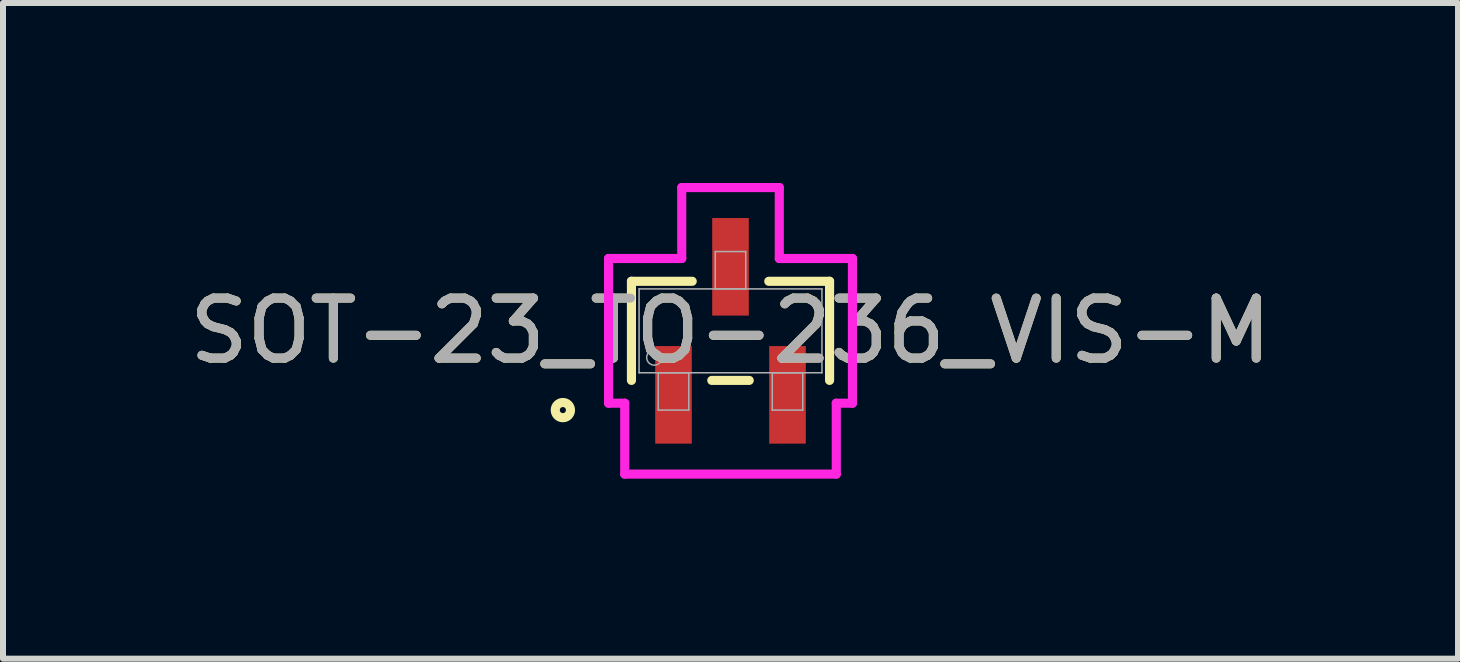
<source format=kicad_pcb>
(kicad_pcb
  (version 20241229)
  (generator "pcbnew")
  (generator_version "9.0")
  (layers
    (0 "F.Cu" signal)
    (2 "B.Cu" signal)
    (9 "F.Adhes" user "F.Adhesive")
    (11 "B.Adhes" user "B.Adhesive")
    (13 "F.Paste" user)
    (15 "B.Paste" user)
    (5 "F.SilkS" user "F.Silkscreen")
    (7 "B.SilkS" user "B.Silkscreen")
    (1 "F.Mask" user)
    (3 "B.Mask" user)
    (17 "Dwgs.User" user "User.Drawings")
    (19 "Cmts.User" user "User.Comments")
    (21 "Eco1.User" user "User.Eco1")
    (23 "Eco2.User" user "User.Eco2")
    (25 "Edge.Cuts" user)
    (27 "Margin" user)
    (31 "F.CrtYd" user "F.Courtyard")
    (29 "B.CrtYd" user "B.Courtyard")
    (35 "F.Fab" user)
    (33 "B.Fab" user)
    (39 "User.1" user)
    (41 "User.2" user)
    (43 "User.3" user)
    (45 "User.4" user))
  (footprint "SOT-23_TO-236_VIS-M"
    (layer "F.Cu")
    (at 9.125 2.464)
    (property "Reference" "SOT-23_TO-236_VIS-M" (at 0 0 0) (unlocked yes) (layer "F.SilkS") (effects (font (size 1 1) (thickness 0.15))))
    (attr smd)
    (fp_line (start -1.651 -0.826) (end -1.651 0.826) (stroke (width 0.152) (type solid)) (layer "F.SilkS"))
    (fp_line (start -0.638 -0.826) (end -1.651 -0.826) (stroke (width 0.152) (type solid)) (layer "F.SilkS"))
    (fp_line (start -0.312 0.826) (end 0.312 0.826) (stroke (width 0.152) (type solid)) (layer "F.SilkS"))
    (fp_line (start 1.651 -0.826) (end 0.638 -0.826) (stroke (width 0.152) (type solid)) (layer "F.SilkS"))
    (fp_line (start 1.651 0.826) (end 1.651 -0.826) (stroke (width 0.152) (type solid)) (layer "F.SilkS"))
    (fp_circle (center -2.794 1.321) (end -2.667 1.321) (stroke (width 0.152) (type solid)) (fill no) (layer "F.SilkS"))
    (fp_line (start -2.032 -1.206) (end -0.813 -1.206) (stroke (width 0.152) (type solid)) (layer "F.CrtYd"))
    (fp_line (start -2.032 1.206) (end -2.032 -1.206) (stroke (width 0.152) (type solid)) (layer "F.CrtYd"))
    (fp_line (start -2.032 1.206) (end -1.763 1.206) (stroke (width 0.152) (type solid)) (layer "F.CrtYd"))
    (fp_line (start -1.763 1.206) (end -1.763 2.388) (stroke (width 0.152) (type solid)) (layer "F.CrtYd"))
    (fp_line (start -1.763 2.388) (end 1.763 2.388) (stroke (width 0.152) (type solid)) (layer "F.CrtYd"))
    (fp_line (start -0.813 -2.388) (end 0.813 -2.388) (stroke (width 0.152) (type solid)) (layer "F.CrtYd"))
    (fp_line (start -0.813 -1.206) (end -0.813 -2.388) (stroke (width 0.152) (type solid)) (layer "F.CrtYd"))
    (fp_line (start 0.813 -1.206) (end 0.813 -2.388) (stroke (width 0.152) (type solid)) (layer "F.CrtYd"))
    (fp_line (start 1.763 1.206) (end 1.763 2.388) (stroke (width 0.152) (type solid)) (layer "F.CrtYd"))
    (fp_line (start 2.032 -1.206) (end 0.813 -1.206) (stroke (width 0.152) (type solid)) (layer "F.CrtYd"))
    (fp_line (start 2.032 -1.206) (end 2.032 1.206) (stroke (width 0.152) (type solid)) (layer "F.CrtYd"))
    (fp_line (start 2.032 1.206) (end 1.763 1.206) (stroke (width 0.152) (type solid)) (layer "F.CrtYd"))
    (fp_line (start -1.524 -0.699) (end -1.524 0.699) (stroke (width 0.025) (type solid)) (layer "F.Fab"))
    (fp_line (start -1.524 0.699) (end 1.524 0.699) (stroke (width 0.025) (type solid)) (layer "F.Fab"))
    (fp_line (start -1.204 0.699) (end -1.204 1.321) (stroke (width 0.025) (type solid)) (layer "F.Fab"))
    (fp_line (start -1.204 1.321) (end -0.696 1.321) (stroke (width 0.025) (type solid)) (layer "F.Fab"))
    (fp_line (start -0.696 0.699) (end -1.204 0.699) (stroke (width 0.025) (type solid)) (layer "F.Fab"))
    (fp_line (start -0.696 1.321) (end -0.696 0.699) (stroke (width 0.025) (type solid)) (layer "F.Fab"))
    (fp_line (start -0.254 -1.321) (end -0.254 -0.699) (stroke (width 0.025) (type solid)) (layer "F.Fab"))
    (fp_line (start -0.254 -0.699) (end 0.254 -0.699) (stroke (width 0.025) (type solid)) (layer "F.Fab"))
    (fp_line (start 0.254 -1.321) (end -0.254 -1.321) (stroke (width 0.025) (type solid)) (layer "F.Fab"))
    (fp_line (start 0.254 -0.699) (end 0.254 -1.321) (stroke (width 0.025) (type solid)) (layer "F.Fab"))
    (fp_line (start 0.696 0.699) (end 0.696 1.321) (stroke (width 0.025) (type solid)) (layer "F.Fab"))
    (fp_line (start 0.696 1.321) (end 1.204 1.321) (stroke (width 0.025) (type solid)) (layer "F.Fab"))
    (fp_line (start 1.204 0.699) (end 0.696 0.699) (stroke (width 0.025) (type solid)) (layer "F.Fab"))
    (fp_line (start 1.204 1.321) (end 1.204 0.699) (stroke (width 0.025) (type solid)) (layer "F.Fab"))
    (fp_line (start 1.524 -0.699) (end -1.524 -0.699) (stroke (width 0.025) (type solid)) (layer "F.Fab"))
    (fp_line (start 1.524 0.699) (end 1.524 -0.699) (stroke (width 0.025) (type solid)) (layer "F.Fab"))
    (fp_circle (center -1.27 0.445) (end -1.143 0.445) (stroke (width 0.025) (type solid)) (fill no) (layer "F.Fab"))
    (fp_text user "${REFERENCE}" (at 0 0 0) (unlocked yes) (layer "F.Fab") (effects (font (size 1 1) (thickness 0.15))))
    (pad "1" smd rect (at -0.95 1.067) (size 0.61 1.626) (layers "F.Cu" "F.Mask" "F.Paste"))
    (pad "2" smd rect (at 0.95 1.067) (size 0.61 1.626) (layers "F.Cu" "F.Mask" "F.Paste"))
    (pad "3" smd rect (at 0 -1.067) (size 0.61 1.626) (layers "F.Cu" "F.Mask" "F.Paste")))
  (gr_rect
    (start -3 -3)
    (end 21.25 7.928)
    (stroke (width 0.1) (type default))
    (fill no)
    (layer "Edge.Cuts")))
</source>
